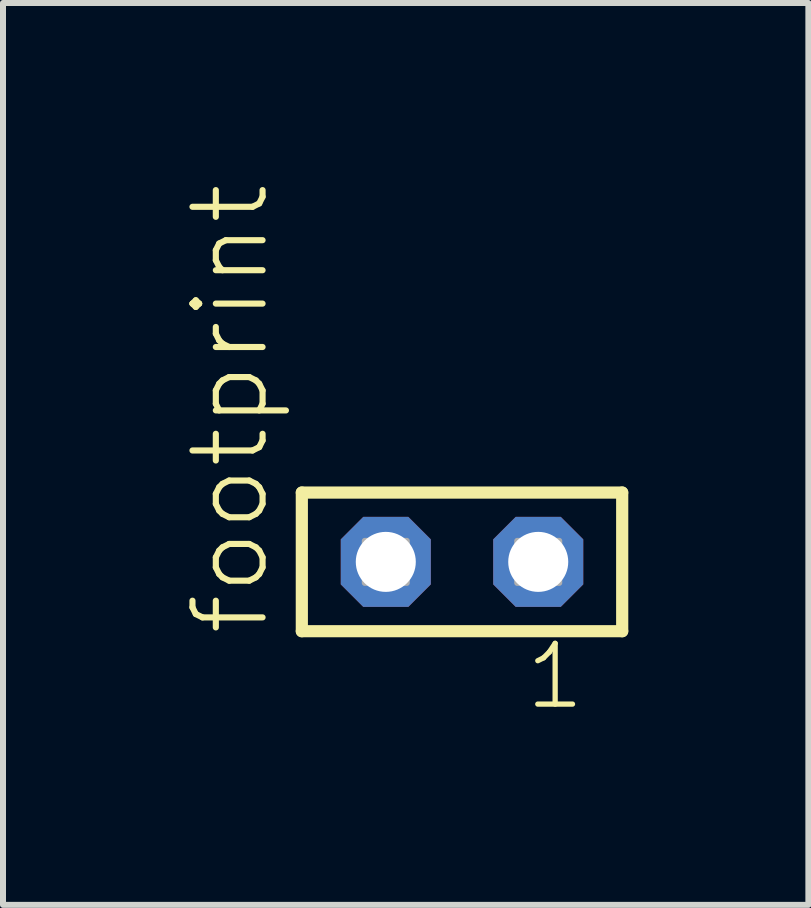
<source format=kicad_pcb>
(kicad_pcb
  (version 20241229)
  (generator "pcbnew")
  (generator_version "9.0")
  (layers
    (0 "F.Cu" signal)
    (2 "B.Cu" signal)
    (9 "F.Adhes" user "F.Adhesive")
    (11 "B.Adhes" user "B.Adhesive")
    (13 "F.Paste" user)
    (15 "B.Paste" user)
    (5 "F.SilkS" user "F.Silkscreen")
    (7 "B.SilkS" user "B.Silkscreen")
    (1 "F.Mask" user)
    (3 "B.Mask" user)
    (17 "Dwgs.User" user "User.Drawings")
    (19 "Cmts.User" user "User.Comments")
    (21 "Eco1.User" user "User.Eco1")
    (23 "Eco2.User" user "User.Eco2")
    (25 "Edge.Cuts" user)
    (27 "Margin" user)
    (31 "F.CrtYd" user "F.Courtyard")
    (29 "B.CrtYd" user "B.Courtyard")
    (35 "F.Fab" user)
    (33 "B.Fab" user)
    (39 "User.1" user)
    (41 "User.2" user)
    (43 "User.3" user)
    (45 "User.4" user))
  (footprint "footprint"
    (layer "F.Cu")
    (at 4.648 6.312)
    (property "Reference" "footprint" (at -3.175 1.27 90) (layer "F.SilkS") (effects (font (size 1.168 1.168) (thickness 0.102)) (justify left bottom)))
    (fp_line (start -2.669 -1.155) (end 2.669 -1.155) (stroke (width 0.203) (type solid)) (layer "F.SilkS"))
    (fp_line (start -2.669 1.155) (end -2.669 -1.155) (stroke (width 0.203) (type solid)) (layer "F.SilkS"))
    (fp_line (start 2.669 -1.155) (end 2.669 1.155) (stroke (width 0.203) (type solid)) (layer "F.SilkS"))
    (fp_line (start 2.669 1.155) (end -2.669 1.155) (stroke (width 0.203) (type solid)) (layer "F.SilkS"))
    (fp_poly (pts (xy -1.62 0.35) (xy -0.92 0.35) (xy -0.92 -0.35) (xy -1.62 -0.35)) (stroke (width 0.1) (type solid)) (fill no) (layer "F.Fab"))
    (fp_poly (pts (xy 0.92 0.35) (xy 1.62 0.35) (xy 1.62 -0.35) (xy 0.92 -0.35)) (stroke (width 0.1) (type solid)) (fill no) (layer "F.Fab"))
    (fp_text user "1" (at 1.012 2.498 0) (layer "F.SilkS") (effects (font (size 1.012 1.012) (thickness 0.088)) (justify left bottom)))
    (pad "1" thru_hole roundrect (at 1.27 0 180) (size 1.5 1.5) (drill 1) (layers "*.Cu" "*.Mask") (roundrect_rratio 0.25) (chamfer_ratio 0.25) (chamfer top_left top_right bottom_left bottom_right))
    (pad "2" thru_hole roundrect (at -1.27 0 180) (size 1.5 1.5) (drill 1) (layers "*.Cu" "*.Mask") (roundrect_rratio 0.25) (chamfer_ratio 0.25) (chamfer top_left top_right bottom_left bottom_right)))
  (gr_rect
    (start -3 -3)
    (end 10.419 12.027)
    (stroke (width 0.1) (type default))
    (fill no)
    (layer "Edge.Cuts")))
</source>
